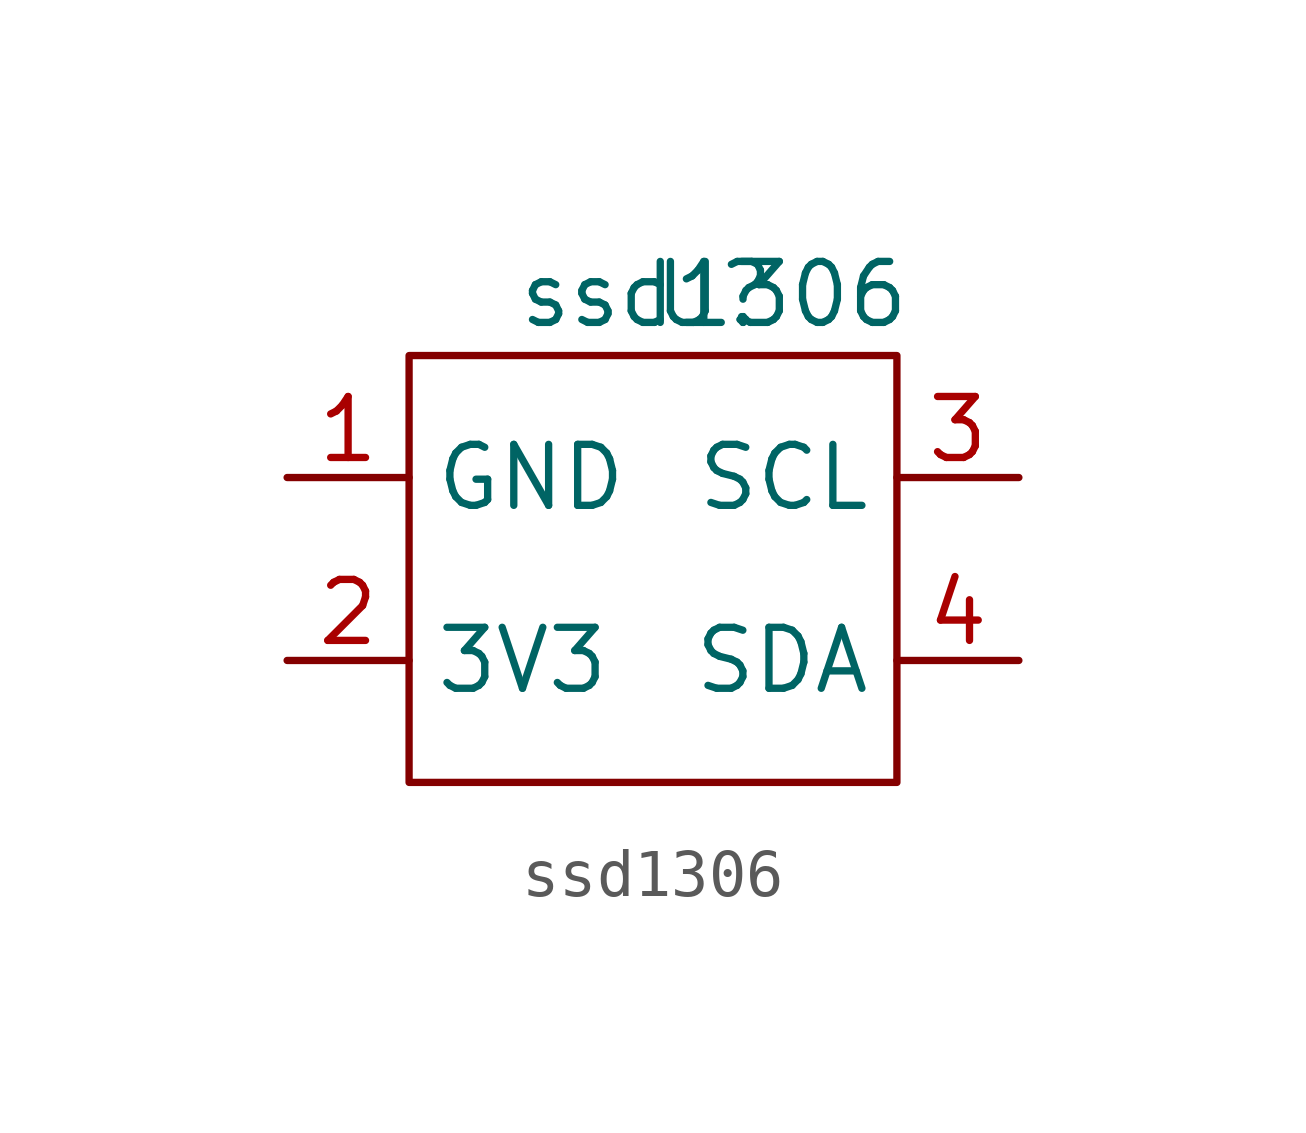
<source format=kicad_sym>
(kicad_symbol_lib
  (version 20211014)
  (generator kicad_symbol_editor)
  (symbol "ssd1306"
    (property "Reference" "U"
      (at 0 0 0)
      (effects (font (size 1.27 1.27))))
    (property "Value" "ssd1306"
      (at 0 0 0)
      (effects (font (size 1.27 1.27))))
    (symbol "ssd1306_0_1"
      (rectangle (start 3.81 -1.27) (end -6.35 -10.16) (stroke (width 0) (type default) (color 0 0 0 0)) (fill (type none))))
    (symbol "ssd1306_1_1"
      (pin input line (at -8.89 -3.81 0) (length 2.54) (name "GND" (effects (font (size 1.27 1.27)))) (number "1" (effects (font (size 1.27 1.27)))))
      (pin input line (at -8.89 -7.62 0) (length 2.54) (name "3V3" (effects (font (size 1.27 1.27)))) (number "2" (effects (font (size 1.27 1.27)))))
      (pin input line (at 6.35 -3.81 180) (length 2.54) (name "SCL" (effects (font (size 1.27 1.27)))) (number "3" (effects (font (size 1.27 1.27)))))
      (pin input line (at 6.35 -7.62 180) (length 2.54) (name "SDA" (effects (font (size 1.27 1.27)))) (number "4" (effects (font (size 1.27 1.27))))))))
</source>
